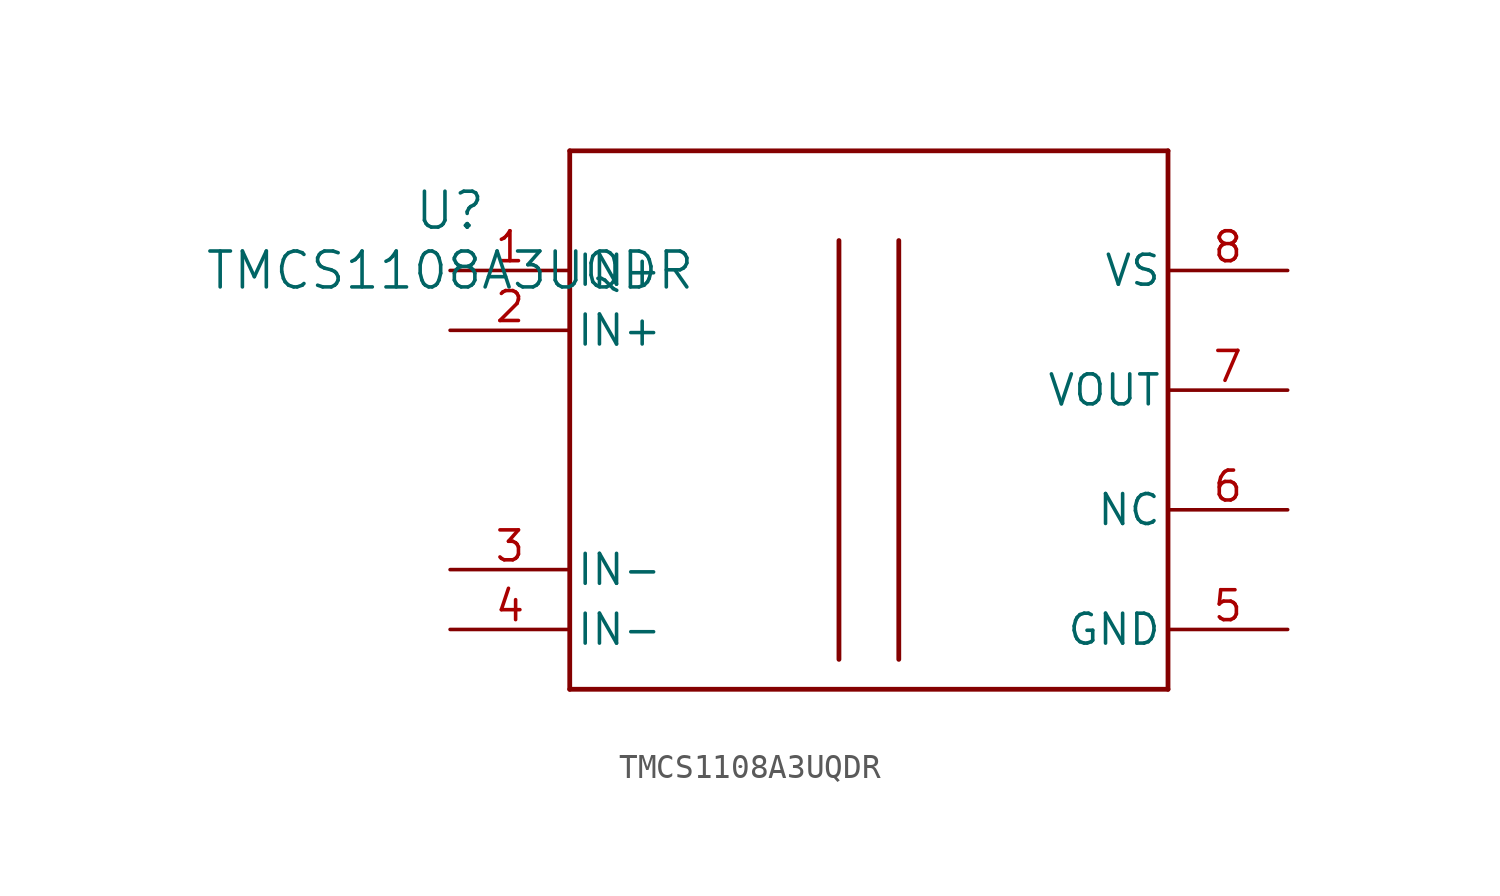
<source format=kicad_sym>
(kicad_symbol_lib
  (version 20211014)
  (generator kicad_symbol_editor)
  (symbol "TMCS1108A3UQDR"
    (pin_names
      (offset 0.254))
    (property "Reference" "U"
      (at 0 2.54 0)
      (effects (font (size 1.524 1.524))))
    (property "Value" "TMCS1108A3UQDR"
      (at 0 0 0)
      (effects (font (size 1.524 1.524))))
    (symbol "TMCS1108A3UQDR_0_1"
      (polyline (pts (xy 5.08 -17.78) (xy 30.48 -17.78)) (stroke (width 0.203) (type default) (color 0 0 0 0)) (fill (type none)))
      (polyline (pts (xy 30.48 -17.78) (xy 30.48 5.08)) (stroke (width 0.203) (type default) (color 0 0 0 0)) (fill (type none)))
      (polyline (pts (xy 30.48 5.08) (xy 5.08 5.08)) (stroke (width 0.203) (type default) (color 0 0 0 0)) (fill (type none)))
      (polyline (pts (xy 5.08 5.08) (xy 5.08 -17.78)) (stroke (width 0.203) (type default) (color 0 0 0 0)) (fill (type none)))
      (polyline (pts (xy 16.51 1.27) (xy 16.51 -16.51)) (stroke (width 0.203) (type default) (color 0 0 0 0)) (fill (type none)))
      (polyline (pts (xy 19.05 1.27) (xy 19.05 -16.51)) (stroke (width 0.203) (type default) (color 0 0 0 0)) (fill (type none)))
      (pin unspecified line (at 0 0 0) (length 5.08) (name "IN+" (effects (font (size 1.27 1.27)))) (number "1" (effects (font (size 1.27 1.27)))))
      (pin unspecified line (at 0 -2.54 0) (length 5.08) (name "IN+" (effects (font (size 1.27 1.27)))) (number "2" (effects (font (size 1.27 1.27)))))
      (pin unspecified line (at 0 -12.7 0) (length 5.08) (name "IN-" (effects (font (size 1.27 1.27)))) (number "3" (effects (font (size 1.27 1.27)))))
      (pin unspecified line (at 0 -15.24 0) (length 5.08) (name "IN-" (effects (font (size 1.27 1.27)))) (number "4" (effects (font (size 1.27 1.27)))))
      (pin power_in line (at 35.56 -15.24 180) (length 5.08) (name "GND" (effects (font (size 1.27 1.27)))) (number "5" (effects (font (size 1.27 1.27)))))
      (pin unspecified line (at 35.56 -10.16 180) (length 5.08) (name "NC" (effects (font (size 1.27 1.27)))) (number "6" (effects (font (size 1.27 1.27)))))
      (pin unspecified line (at 35.56 -5.08 180) (length 5.08) (name "VOUT" (effects (font (size 1.27 1.27)))) (number "7" (effects (font (size 1.27 1.27)))))
      (pin power_in line (at 35.56 0 180) (length 5.08) (name "VS" (effects (font (size 1.27 1.27)))) (number "8" (effects (font (size 1.27 1.27))))))))
</source>
